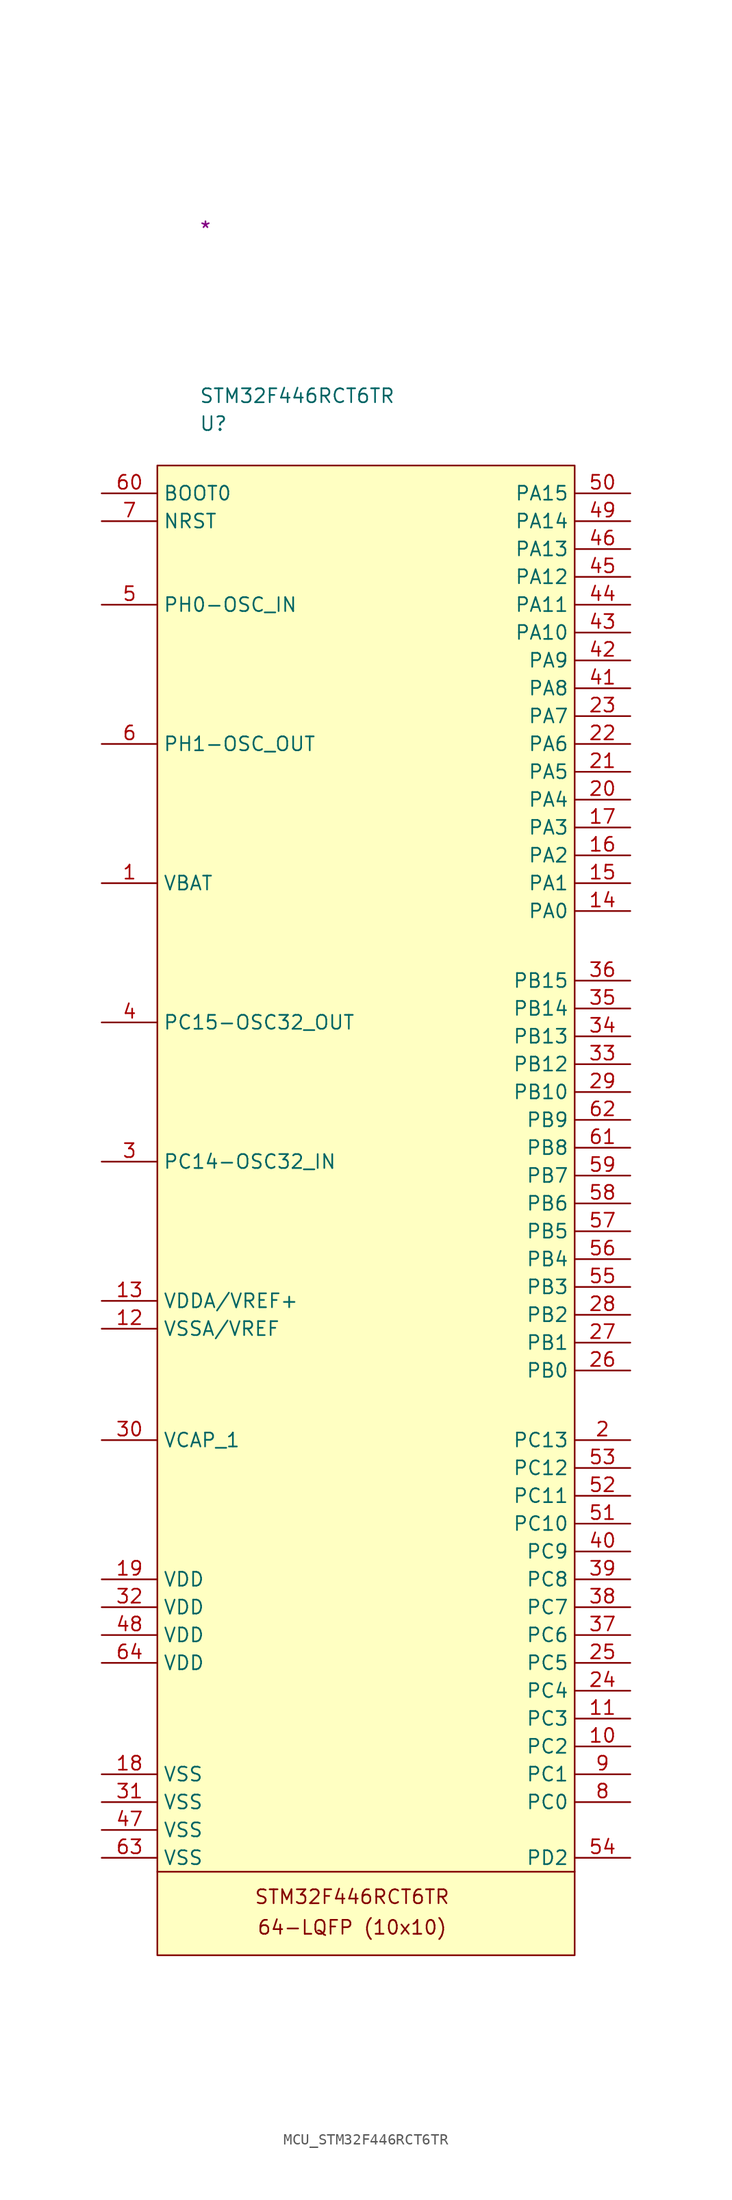
<source format=kicad_sym>
(kicad_symbol_lib
  (version 20220914)
  (generator kicad_symbol_editor)
  (symbol "MCU_STM32F446RCT6TR"
    (property "Reference" "U"
      (at 3.81 3.81 0)
      (effects (font (size 1.27 1.27)) (justify left)))
    (property "Value" "STM32F446RCT6TR"
      (at 3.81 6.35 0)
      (effects (font (size 1.27 1.27)) (justify left)))
    (property "SCH CHECK" "*"
      (at 3.81 21.59 0)
      (effects (font (size 1.27 1.27)) (justify left)))
    (symbol "MCU_STM32F446RCT6TR_0_0"
      (text "	\nSTM32F446RCT6TR" (at 17.78 -129.54 0) (effects (font (size 1.27 1.27))))
      (text "64-LQFP (10x10)" (at 17.78 -133.35 0) (effects (font (size 1.27 1.27)))))
    (symbol "MCU_STM32F446RCT6TR_0_1"
      (polyline (pts (xy 0 -128.27) (xy 38.1 -128.27)) (stroke (width 0) (type default)) (fill (type none)))
      (rectangle (start 0 0) (end 38.1 -135.89) (stroke (width 0) (type default)) (fill (type background))))
    (symbol "MCU_STM32F446RCT6TR_1_1"
      (pin passive line (at -5.08 -38.1 0) (length 5.08) (name "VBAT" (effects (font (size 1.27 1.27)))) (number "1" (effects (font (size 1.27 1.27)))))
      (pin passive line (at 43.18 -116.84 180) (length 5.08) (name "PC2" (effects (font (size 1.27 1.27)))) (number "10" (effects (font (size 1.27 1.27)))))
      (pin passive line (at 43.18 -114.3 180) (length 5.08) (name "PC3" (effects (font (size 1.27 1.27)))) (number "11" (effects (font (size 1.27 1.27)))))
      (pin passive line (at -5.08 -78.74 0) (length 5.08) (name "VSSA/VREF" (effects (font (size 1.27 1.27)))) (number "12" (effects (font (size 1.27 1.27)))))
      (pin passive line (at -5.08 -76.2 0) (length 5.08) (name "VDDA/VREF+" (effects (font (size 1.27 1.27)))) (number "13" (effects (font (size 1.27 1.27)))))
      (pin passive line (at 43.18 -40.64 180) (length 5.08) (name "PA0" (effects (font (size 1.27 1.27)))) (number "14" (effects (font (size 1.27 1.27)))))
      (pin passive line (at 43.18 -38.1 180) (length 5.08) (name "PA1" (effects (font (size 1.27 1.27)))) (number "15" (effects (font (size 1.27 1.27)))))
      (pin passive line (at 43.18 -35.56 180) (length 5.08) (name "PA2" (effects (font (size 1.27 1.27)))) (number "16" (effects (font (size 1.27 1.27)))))
      (pin passive line (at 43.18 -33.02 180) (length 5.08) (name "PA3" (effects (font (size 1.27 1.27)))) (number "17" (effects (font (size 1.27 1.27)))))
      (pin passive line (at -5.08 -119.38 0) (length 5.08) (name "VSS" (effects (font (size 1.27 1.27)))) (number "18" (effects (font (size 1.27 1.27)))))
      (pin passive line (at -5.08 -101.6 0) (length 5.08) (name "VDD" (effects (font (size 1.27 1.27)))) (number "19" (effects (font (size 1.27 1.27)))))
      (pin passive line (at 43.18 -88.9 180) (length 5.08) (name "PC13" (effects (font (size 1.27 1.27)))) (number "2" (effects (font (size 1.27 1.27)))))
      (pin passive line (at 43.18 -30.48 180) (length 5.08) (name "PA4" (effects (font (size 1.27 1.27)))) (number "20" (effects (font (size 1.27 1.27)))))
      (pin passive line (at 43.18 -27.94 180) (length 5.08) (name "PA5" (effects (font (size 1.27 1.27)))) (number "21" (effects (font (size 1.27 1.27)))))
      (pin passive line (at 43.18 -25.4 180) (length 5.08) (name "PA6" (effects (font (size 1.27 1.27)))) (number "22" (effects (font (size 1.27 1.27)))))
      (pin passive line (at 43.18 -22.86 180) (length 5.08) (name "PA7" (effects (font (size 1.27 1.27)))) (number "23" (effects (font (size 1.27 1.27)))))
      (pin passive line (at 43.18 -111.76 180) (length 5.08) (name "PC4" (effects (font (size 1.27 1.27)))) (number "24" (effects (font (size 1.27 1.27)))))
      (pin passive line (at 43.18 -109.22 180) (length 5.08) (name "PC5" (effects (font (size 1.27 1.27)))) (number "25" (effects (font (size 1.27 1.27)))))
      (pin passive line (at 43.18 -82.55 180) (length 5.08) (name "PB0" (effects (font (size 1.27 1.27)))) (number "26" (effects (font (size 1.27 1.27)))))
      (pin passive line (at 43.18 -80.01 180) (length 5.08) (name "PB1" (effects (font (size 1.27 1.27)))) (number "27" (effects (font (size 1.27 1.27)))))
      (pin passive line (at 43.18 -77.47 180) (length 5.08) (name "PB2" (effects (font (size 1.27 1.27)))) (number "28" (effects (font (size 1.27 1.27)))))
      (pin passive line (at 43.18 -57.15 180) (length 5.08) (name "PB10" (effects (font (size 1.27 1.27)))) (number "29" (effects (font (size 1.27 1.27)))))
      (pin passive line (at -5.08 -63.5 0) (length 5.08) (name "PC14-OSC32_IN" (effects (font (size 1.27 1.27)))) (number "3" (effects (font (size 1.27 1.27)))))
      (pin passive line (at -5.08 -88.9 0) (length 5.08) (name "VCAP_1" (effects (font (size 1.27 1.27)))) (number "30" (effects (font (size 1.27 1.27)))))
      (pin passive line (at -5.08 -121.92 0) (length 5.08) (name "VSS" (effects (font (size 1.27 1.27)))) (number "31" (effects (font (size 1.27 1.27)))))
      (pin passive line (at -5.08 -104.14 0) (length 5.08) (name "VDD" (effects (font (size 1.27 1.27)))) (number "32" (effects (font (size 1.27 1.27)))))
      (pin passive line (at 43.18 -54.61 180) (length 5.08) (name "PB12" (effects (font (size 1.27 1.27)))) (number "33" (effects (font (size 1.27 1.27)))))
      (pin passive line (at 43.18 -52.07 180) (length 5.08) (name "PB13" (effects (font (size 1.27 1.27)))) (number "34" (effects (font (size 1.27 1.27)))))
      (pin passive line (at 43.18 -49.53 180) (length 5.08) (name "PB14" (effects (font (size 1.27 1.27)))) (number "35" (effects (font (size 1.27 1.27)))))
      (pin passive line (at 43.18 -46.99 180) (length 5.08) (name "PB15" (effects (font (size 1.27 1.27)))) (number "36" (effects (font (size 1.27 1.27)))))
      (pin passive line (at 43.18 -106.68 180) (length 5.08) (name "PC6" (effects (font (size 1.27 1.27)))) (number "37" (effects (font (size 1.27 1.27)))))
      (pin passive line (at 43.18 -104.14 180) (length 5.08) (name "PC7" (effects (font (size 1.27 1.27)))) (number "38" (effects (font (size 1.27 1.27)))))
      (pin passive line (at 43.18 -101.6 180) (length 5.08) (name "PC8" (effects (font (size 1.27 1.27)))) (number "39" (effects (font (size 1.27 1.27)))))
      (pin passive line (at -5.08 -50.8 0) (length 5.08) (name "PC15-OSC32_OUT" (effects (font (size 1.27 1.27)))) (number "4" (effects (font (size 1.27 1.27)))))
      (pin passive line (at 43.18 -99.06 180) (length 5.08) (name "PC9" (effects (font (size 1.27 1.27)))) (number "40" (effects (font (size 1.27 1.27)))))
      (pin passive line (at 43.18 -20.32 180) (length 5.08) (name "PA8" (effects (font (size 1.27 1.27)))) (number "41" (effects (font (size 1.27 1.27)))))
      (pin passive line (at 43.18 -17.78 180) (length 5.08) (name "PA9" (effects (font (size 1.27 1.27)))) (number "42" (effects (font (size 1.27 1.27)))))
      (pin passive line (at 43.18 -15.24 180) (length 5.08) (name "PA10" (effects (font (size 1.27 1.27)))) (number "43" (effects (font (size 1.27 1.27)))))
      (pin passive line (at 43.18 -12.7 180) (length 5.08) (name "PA11" (effects (font (size 1.27 1.27)))) (number "44" (effects (font (size 1.27 1.27)))))
      (pin passive line (at 43.18 -10.16 180) (length 5.08) (name "PA12" (effects (font (size 1.27 1.27)))) (number "45" (effects (font (size 1.27 1.27)))))
      (pin passive line (at 43.18 -7.62 180) (length 5.08) (name "PA13" (effects (font (size 1.27 1.27)))) (number "46" (effects (font (size 1.27 1.27)))))
      (pin passive line (at -5.08 -124.46 0) (length 5.08) (name "VSS" (effects (font (size 1.27 1.27)))) (number "47" (effects (font (size 1.27 1.27)))))
      (pin passive line (at -5.08 -106.68 0) (length 5.08) (name "VDD" (effects (font (size 1.27 1.27)))) (number "48" (effects (font (size 1.27 1.27)))))
      (pin passive line (at 43.18 -5.08 180) (length 5.08) (name "PA14" (effects (font (size 1.27 1.27)))) (number "49" (effects (font (size 1.27 1.27)))))
      (pin passive line (at -5.08 -12.7 0) (length 5.08) (name "PH0-OSC_IN" (effects (font (size 1.27 1.27)))) (number "5" (effects (font (size 1.27 1.27)))))
      (pin passive line (at 43.18 -2.54 180) (length 5.08) (name "PA15" (effects (font (size 1.27 1.27)))) (number "50" (effects (font (size 1.27 1.27)))))
      (pin passive line (at 43.18 -96.52 180) (length 5.08) (name "PC10" (effects (font (size 1.27 1.27)))) (number "51" (effects (font (size 1.27 1.27)))))
      (pin passive line (at 43.18 -93.98 180) (length 5.08) (name "PC11" (effects (font (size 1.27 1.27)))) (number "52" (effects (font (size 1.27 1.27)))))
      (pin passive line (at 43.18 -91.44 180) (length 5.08) (name "PC12" (effects (font (size 1.27 1.27)))) (number "53" (effects (font (size 1.27 1.27)))))
      (pin passive line (at 43.18 -127 180) (length 5.08) (name "PD2" (effects (font (size 1.27 1.27)))) (number "54" (effects (font (size 1.27 1.27)))))
      (pin passive line (at 43.18 -74.93 180) (length 5.08) (name "PB3" (effects (font (size 1.27 1.27)))) (number "55" (effects (font (size 1.27 1.27)))))
      (pin passive line (at 43.18 -72.39 180) (length 5.08) (name "PB4" (effects (font (size 1.27 1.27)))) (number "56" (effects (font (size 1.27 1.27)))))
      (pin passive line (at 43.18 -69.85 180) (length 5.08) (name "PB5" (effects (font (size 1.27 1.27)))) (number "57" (effects (font (size 1.27 1.27)))))
      (pin passive line (at 43.18 -67.31 180) (length 5.08) (name "PB6" (effects (font (size 1.27 1.27)))) (number "58" (effects (font (size 1.27 1.27)))))
      (pin passive line (at 43.18 -64.77 180) (length 5.08) (name "PB7" (effects (font (size 1.27 1.27)))) (number "59" (effects (font (size 1.27 1.27)))))
      (pin passive line (at -5.08 -25.4 0) (length 5.08) (name "PH1-OSC_OUT" (effects (font (size 1.27 1.27)))) (number "6" (effects (font (size 1.27 1.27)))))
      (pin passive line (at -5.08 -2.54 0) (length 5.08) (name "BOOT0" (effects (font (size 1.27 1.27)))) (number "60" (effects (font (size 1.27 1.27)))))
      (pin passive line (at 43.18 -62.23 180) (length 5.08) (name "PB8" (effects (font (size 1.27 1.27)))) (number "61" (effects (font (size 1.27 1.27)))))
      (pin passive line (at 43.18 -59.69 180) (length 5.08) (name "PB9" (effects (font (size 1.27 1.27)))) (number "62" (effects (font (size 1.27 1.27)))))
      (pin passive line (at -5.08 -127 0) (length 5.08) (name "VSS" (effects (font (size 1.27 1.27)))) (number "63" (effects (font (size 1.27 1.27)))))
      (pin passive line (at -5.08 -109.22 0) (length 5.08) (name "VDD" (effects (font (size 1.27 1.27)))) (number "64" (effects (font (size 1.27 1.27)))))
      (pin passive line (at -5.08 -5.08 0) (length 5.08) (name "NRST" (effects (font (size 1.27 1.27)))) (number "7" (effects (font (size 1.27 1.27)))))
      (pin passive line (at 43.18 -121.92 180) (length 5.08) (name "PC0" (effects (font (size 1.27 1.27)))) (number "8" (effects (font (size 1.27 1.27)))))
      (pin passive line (at 43.18 -119.38 180) (length 5.08) (name "PC1" (effects (font (size 1.27 1.27)))) (number "9" (effects (font (size 1.27 1.27))))))))
</source>
